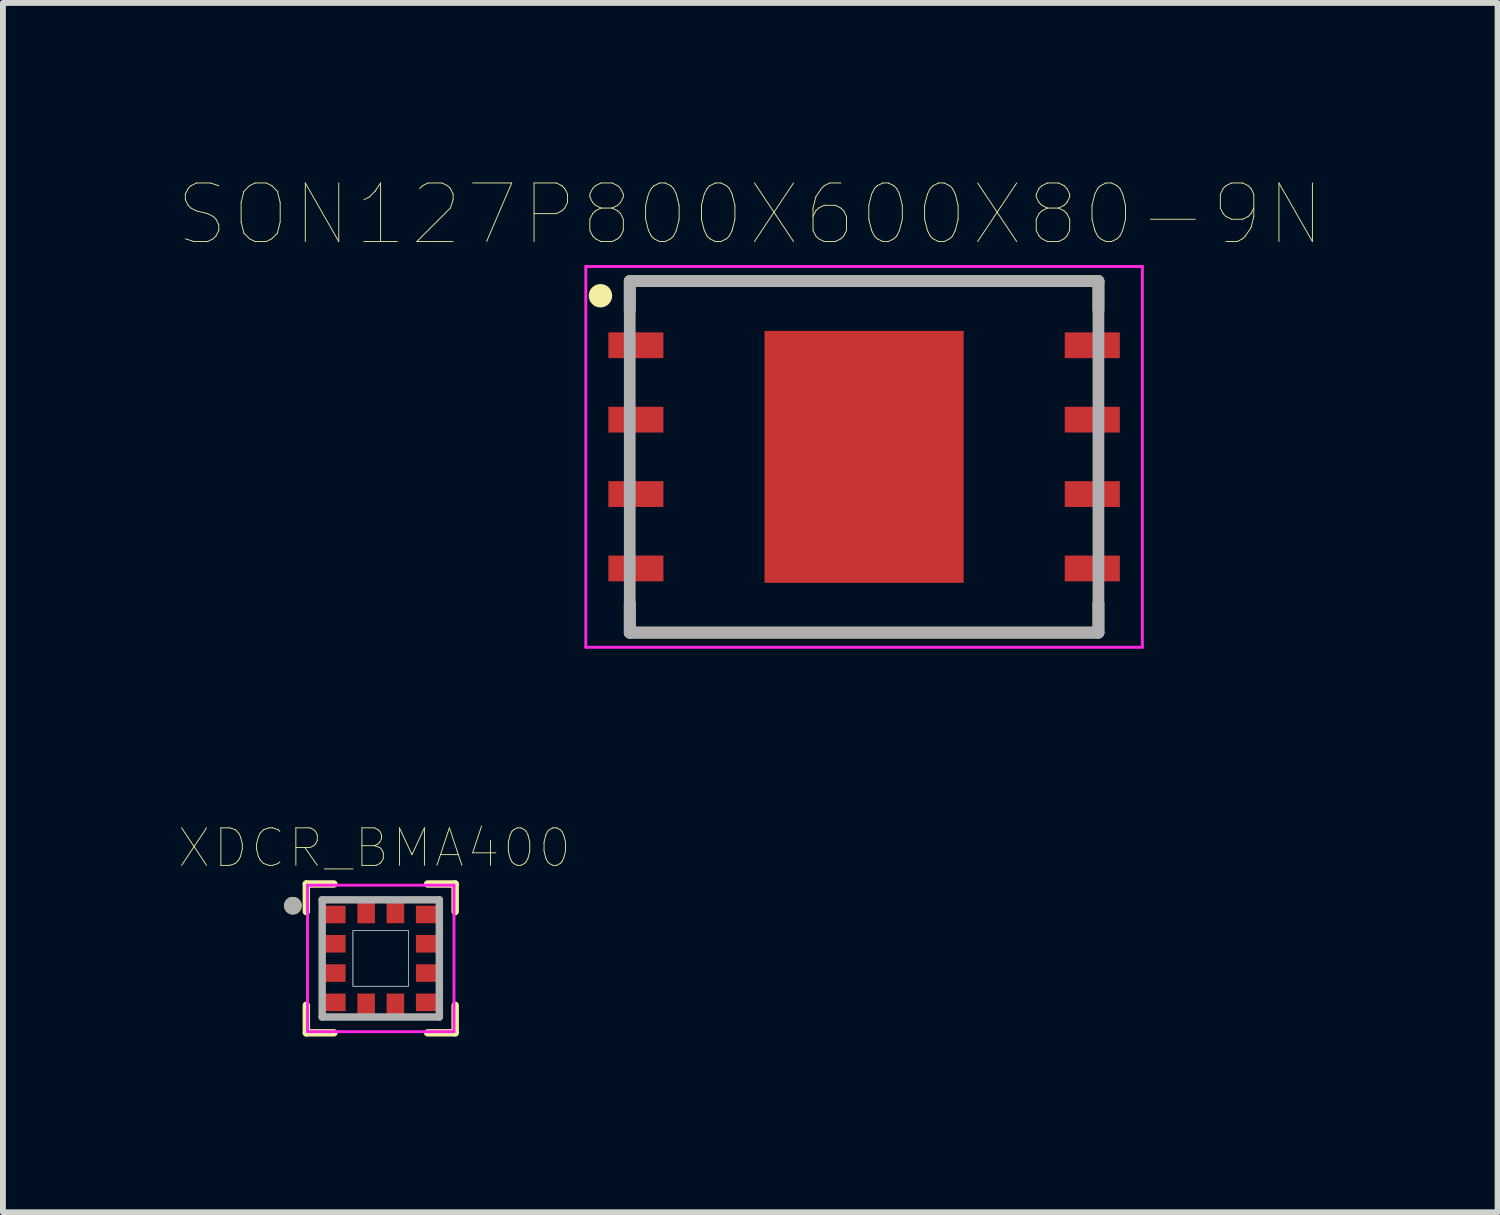
<source format=kicad_pcb>
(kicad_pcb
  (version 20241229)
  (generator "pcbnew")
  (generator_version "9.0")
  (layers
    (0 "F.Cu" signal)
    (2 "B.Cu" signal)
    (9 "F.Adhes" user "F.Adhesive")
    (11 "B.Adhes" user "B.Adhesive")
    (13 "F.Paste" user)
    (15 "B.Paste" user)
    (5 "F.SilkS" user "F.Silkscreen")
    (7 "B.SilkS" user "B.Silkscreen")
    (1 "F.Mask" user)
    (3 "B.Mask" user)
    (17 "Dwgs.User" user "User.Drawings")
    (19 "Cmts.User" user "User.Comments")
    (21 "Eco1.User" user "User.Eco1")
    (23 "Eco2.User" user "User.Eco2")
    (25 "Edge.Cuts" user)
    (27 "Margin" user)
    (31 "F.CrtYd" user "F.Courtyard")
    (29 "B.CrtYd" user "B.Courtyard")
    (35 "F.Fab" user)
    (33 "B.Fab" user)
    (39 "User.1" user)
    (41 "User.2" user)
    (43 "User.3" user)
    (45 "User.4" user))
  (footprint "SON127P800X600X80-9N"
    (layer "F.Cu")
    (at 11.699 4.748)
    (property "Reference" "SON127P800X600X80-9N" (at -1.943 -4.137 0) (layer "F.SilkS") (effects (font (size 1 1) (thickness 0.015))))
    (attr through_hole)
    (fp_line (start -4 -3) (end 4 -3) (stroke (width 0.2) (type solid)) (layer "F.SilkS"))
    (fp_line (start -4 -2.5) (end -4 -3) (stroke (width 0.2) (type solid)) (layer "F.SilkS"))
    (fp_line (start -4 2.5) (end -4 3) (stroke (width 0.2) (type solid)) (layer "F.SilkS"))
    (fp_line (start -4 3) (end 4 3) (stroke (width 0.2) (type solid)) (layer "F.SilkS"))
    (fp_line (start 4 -3) (end 4 -2.5) (stroke (width 0.2) (type solid)) (layer "F.SilkS"))
    (fp_line (start 4 3) (end 4 2.5) (stroke (width 0.2) (type solid)) (layer "F.SilkS"))
    (fp_circle (center -4.5 -2.75) (end -4.4 -2.75) (stroke (width 0.2) (type solid)) (fill no) (layer "F.SilkS"))
    (fp_poly (pts (xy -1.56 -1.56) (xy 0.04 -1.56) (xy 0.04 -0.41) (xy -1.56 -0.41)) (stroke (width 0.01) (type solid)) (fill yes) (layer "F.Paste"))
    (fp_poly (pts (xy -1.56 0.41) (xy 0.04 0.41) (xy 0.04 1.56) (xy -1.56 1.56)) (stroke (width 0.01) (type solid)) (fill yes) (layer "F.Paste"))
    (fp_poly (pts (xy -0.04 -1.56) (xy 1.56 -1.56) (xy 1.56 -0.41) (xy -0.04 -0.41)) (stroke (width 0.01) (type solid)) (fill yes) (layer "F.Paste"))
    (fp_poly (pts (xy -0.04 0.41) (xy 1.56 0.41) (xy 1.56 1.56) (xy -0.04 1.56)) (stroke (width 0.01) (type solid)) (fill yes) (layer "F.Paste"))
    (fp_line (start -4.75 -3.25) (end 4.75 -3.25) (stroke (width 0.05) (type solid)) (layer "F.CrtYd"))
    (fp_line (start -4.75 3.25) (end -4.75 -3.25) (stroke (width 0.05) (type solid)) (layer "F.CrtYd"))
    (fp_line (start 4.75 -3.25) (end 4.75 3.25) (stroke (width 0.05) (type solid)) (layer "F.CrtYd"))
    (fp_line (start 4.75 3.25) (end -4.75 3.25) (stroke (width 0.05) (type solid)) (layer "F.CrtYd"))
    (fp_line (start -4 -3) (end 4 -3) (stroke (width 0.2) (type solid)) (layer "F.Fab"))
    (fp_line (start -4 3) (end -4 -3) (stroke (width 0.2) (type solid)) (layer "F.Fab"))
    (fp_line (start 4 -3) (end 4 3) (stroke (width 0.2) (type solid)) (layer "F.Fab"))
    (fp_line (start 4 3) (end -4 3) (stroke (width 0.2) (type solid)) (layer "F.Fab"))
    (pad "1" smd rect (at -3.895 -1.905) (size 0.94 0.44) (layers "F.Cu" "F.Mask" "F.Paste"))
    (pad "2" smd rect (at -3.895 -0.635) (size 0.94 0.44) (layers "F.Cu" "F.Mask" "F.Paste"))
    (pad "3" smd rect (at -3.895 0.635) (size 0.94 0.44) (layers "F.Cu" "F.Mask" "F.Paste"))
    (pad "4" smd rect (at -3.895 1.905) (size 0.94 0.44) (layers "F.Cu" "F.Mask" "F.Paste"))
    (pad "5" smd rect (at 3.895 1.905) (size 0.94 0.44) (layers "F.Cu" "F.Mask" "F.Paste"))
    (pad "6" smd rect (at 3.895 0.635) (size 0.94 0.44) (layers "F.Cu" "F.Mask" "F.Paste"))
    (pad "7" smd rect (at 3.895 -0.635) (size 0.94 0.44) (layers "F.Cu" "F.Mask" "F.Paste"))
    (pad "8" smd rect (at 3.895 -1.905) (size 0.94 0.44) (layers "F.Cu" "F.Mask" "F.Paste"))
    (pad "9" smd rect (at 0 0) (size 3.4 4.3) (layers "F.Cu" "F.Mask")))
  (footprint "XDCR_BMA400"
    (layer "F.Cu")
    (at 3.449 13.309)
    (property "Reference" "XDCR_BMA400" (at -0.108 -1.884 0) (layer "F.SilkS") (effects (font (size 0.64 0.64) (thickness 0.015))))
    (attr through_hole)
    (fp_poly (pts (xy -1 -0.95) (xy -0.55 -0.95) (xy -0.55 -0.55) (xy -1 -0.55)) (stroke (width 0.01) (type solid)) (fill yes) (layer "F.Mask"))
    (fp_poly (pts (xy -1 -0.45) (xy -0.55 -0.45) (xy -0.55 -0.05) (xy -1 -0.05)) (stroke (width 0.01) (type solid)) (fill yes) (layer "F.Mask"))
    (fp_poly (pts (xy -1 0.05) (xy -0.55 0.05) (xy -0.55 0.45) (xy -1 0.45)) (stroke (width 0.01) (type solid)) (fill yes) (layer "F.Mask"))
    (fp_poly (pts (xy -1 0.55) (xy -0.55 0.55) (xy -0.55 0.95) (xy -1 0.95)) (stroke (width 0.01) (type solid)) (fill yes) (layer "F.Mask"))
    (fp_poly (pts (xy -0.45 -1) (xy -0.05 -1) (xy -0.05 -0.55) (xy -0.45 -0.55)) (stroke (width 0.01) (type solid)) (fill yes) (layer "F.Mask"))
    (fp_poly (pts (xy -0.45 0.55) (xy -0.05 0.55) (xy -0.05 1) (xy -0.45 1)) (stroke (width 0.01) (type solid)) (fill yes) (layer "F.Mask"))
    (fp_poly (pts (xy 0.05 -1) (xy 0.45 -1) (xy 0.45 -0.55) (xy 0.05 -0.55)) (stroke (width 0.01) (type solid)) (fill yes) (layer "F.Mask"))
    (fp_poly (pts (xy 0.05 0.55) (xy 0.45 0.55) (xy 0.45 1) (xy 0.05 1)) (stroke (width 0.01) (type solid)) (fill yes) (layer "F.Mask"))
    (fp_poly (pts (xy 0.55 -0.95) (xy 1 -0.95) (xy 1 -0.55) (xy 0.55 -0.55)) (stroke (width 0.01) (type solid)) (fill yes) (layer "F.Mask"))
    (fp_poly (pts (xy 0.55 -0.45) (xy 1 -0.45) (xy 1 -0.05) (xy 0.55 -0.05)) (stroke (width 0.01) (type solid)) (fill yes) (layer "F.Mask"))
    (fp_poly (pts (xy 0.55 0.05) (xy 1 0.05) (xy 1 0.45) (xy 0.55 0.45)) (stroke (width 0.01) (type solid)) (fill yes) (layer "F.Mask"))
    (fp_poly (pts (xy 0.55 0.55) (xy 1 0.55) (xy 1 0.95) (xy 0.55 0.95)) (stroke (width 0.01) (type solid)) (fill yes) (layer "F.Mask"))
    (fp_line (start -1.27 -1.27) (end -1.27 -0.8) (stroke (width 0.127) (type solid)) (layer "F.SilkS"))
    (fp_line (start -1.27 -1.27) (end -0.8 -1.27) (stroke (width 0.127) (type solid)) (layer "F.SilkS"))
    (fp_line (start -1.27 1.27) (end -1.27 0.8) (stroke (width 0.127) (type solid)) (layer "F.SilkS"))
    (fp_line (start -1.27 1.27) (end -0.8 1.27) (stroke (width 0.127) (type solid)) (layer "F.SilkS"))
    (fp_line (start 1.27 -1.27) (end 0.8 -1.27) (stroke (width 0.127) (type solid)) (layer "F.SilkS"))
    (fp_line (start 1.27 -1.27) (end 1.27 -0.8) (stroke (width 0.127) (type solid)) (layer "F.SilkS"))
    (fp_line (start 1.27 1.27) (end 0.8 1.27) (stroke (width 0.127) (type solid)) (layer "F.SilkS"))
    (fp_line (start 1.27 1.27) (end 1.27 0.8) (stroke (width 0.127) (type solid)) (layer "F.SilkS"))
    (fp_circle (center -1.5 -0.9) (end -1.425 -0.9) (stroke (width 0.15) (type solid)) (fill no) (layer "F.SilkS"))
    (fp_poly (pts (xy -0.925 -0.875) (xy -0.625 -0.875) (xy -0.625 -0.625) (xy -0.925 -0.625)) (stroke (width 0.01) (type solid)) (fill yes) (layer "F.Paste"))
    (fp_poly (pts (xy -0.925 -0.375) (xy -0.625 -0.375) (xy -0.625 -0.125) (xy -0.925 -0.125)) (stroke (width 0.01) (type solid)) (fill yes) (layer "F.Paste"))
    (fp_poly (pts (xy -0.925 0.125) (xy -0.625 0.125) (xy -0.625 0.375) (xy -0.925 0.375)) (stroke (width 0.01) (type solid)) (fill yes) (layer "F.Paste"))
    (fp_poly (pts (xy -0.925 0.625) (xy -0.625 0.625) (xy -0.625 0.875) (xy -0.925 0.875)) (stroke (width 0.01) (type solid)) (fill yes) (layer "F.Paste"))
    (fp_poly (pts (xy -0.375 -0.925) (xy -0.125 -0.925) (xy -0.125 -0.625) (xy -0.375 -0.625)) (stroke (width 0.01) (type solid)) (fill yes) (layer "F.Paste"))
    (fp_poly (pts (xy -0.375 0.625) (xy -0.125 0.625) (xy -0.125 0.925) (xy -0.375 0.925)) (stroke (width 0.01) (type solid)) (fill yes) (layer "F.Paste"))
    (fp_poly (pts (xy 0.125 -0.925) (xy 0.375 -0.925) (xy 0.375 -0.625) (xy 0.125 -0.625)) (stroke (width 0.01) (type solid)) (fill yes) (layer "F.Paste"))
    (fp_poly (pts (xy 0.125 0.625) (xy 0.375 0.625) (xy 0.375 0.925) (xy 0.125 0.925)) (stroke (width 0.01) (type solid)) (fill yes) (layer "F.Paste"))
    (fp_poly (pts (xy 0.625 -0.875) (xy 0.925 -0.875) (xy 0.925 -0.625) (xy 0.625 -0.625)) (stroke (width 0.01) (type solid)) (fill yes) (layer "F.Paste"))
    (fp_poly (pts (xy 0.625 -0.375) (xy 0.925 -0.375) (xy 0.925 -0.125) (xy 0.625 -0.125)) (stroke (width 0.01) (type solid)) (fill yes) (layer "F.Paste"))
    (fp_poly (pts (xy 0.625 0.125) (xy 0.925 0.125) (xy 0.925 0.375) (xy 0.625 0.375)) (stroke (width 0.01) (type solid)) (fill yes) (layer "F.Paste"))
    (fp_poly (pts (xy 0.625 0.625) (xy 0.925 0.625) (xy 0.925 0.875) (xy 0.625 0.875)) (stroke (width 0.01) (type solid)) (fill yes) (layer "F.Paste"))
    (fp_poly (pts (xy -0.475 -0.475) (xy 0.475 -0.475) (xy 0.475 0.475) (xy -0.475 0.475)) (stroke (width 0.01) (type solid)) (fill no) (layer "Dwgs.User"))
    (fp_poly (pts (xy -0.475 -0.475) (xy 0.475 -0.475) (xy 0.475 0.475) (xy -0.475 0.475)) (stroke (width 0.01) (type solid)) (fill no) (layer "Dwgs.User"))
    (fp_line (start -1.25 -1.25) (end 1.25 -1.25) (stroke (width 0.05) (type solid)) (layer "F.CrtYd"))
    (fp_line (start -1.25 1.25) (end -1.25 -1.25) (stroke (width 0.05) (type solid)) (layer "F.CrtYd"))
    (fp_line (start 1.25 -1.25) (end 1.25 1.25) (stroke (width 0.05) (type solid)) (layer "F.CrtYd"))
    (fp_line (start 1.25 1.25) (end -1.25 1.25) (stroke (width 0.05) (type solid)) (layer "F.CrtYd"))
    (fp_line (start -1 -1) (end 1 -1) (stroke (width 0.127) (type solid)) (layer "F.Fab"))
    (fp_line (start -1 1) (end -1 -1) (stroke (width 0.127) (type solid)) (layer "F.Fab"))
    (fp_line (start 1 -1) (end 1 1) (stroke (width 0.127) (type solid)) (layer "F.Fab"))
    (fp_line (start 1 1) (end -1 1) (stroke (width 0.127) (type solid)) (layer "F.Fab"))
    (fp_circle (center -1.5 -0.9) (end -1.425 -0.9) (stroke (width 0.15) (type solid)) (fill no) (layer "F.Fab"))
    (pad "1" smd rect (at -0.775 -0.75) (size 0.35 0.3) (layers "F.Cu"))
    (pad "2" smd rect (at -0.775 -0.25) (size 0.35 0.3) (layers "F.Cu"))
    (pad "3" smd rect (at -0.775 0.25) (size 0.35 0.3) (layers "F.Cu"))
    (pad "4" smd rect (at -0.775 0.75) (size 0.35 0.3) (layers "F.Cu"))
    (pad "5" smd rect (at -0.25 0.775) (size 0.3 0.35) (layers "F.Cu"))
    (pad "6" smd rect (at 0.25 0.775) (size 0.3 0.35) (layers "F.Cu"))
    (pad "7" smd rect (at 0.775 0.75) (size 0.35 0.3) (layers "F.Cu"))
    (pad "8" smd rect (at 0.775 0.25) (size 0.35 0.3) (layers "F.Cu"))
    (pad "9" smd rect (at 0.775 -0.25) (size 0.35 0.3) (layers "F.Cu"))
    (pad "10" smd rect (at 0.775 -0.75) (size 0.35 0.3) (layers "F.Cu"))
    (pad "11" smd rect (at 0.25 -0.775) (size 0.3 0.35) (layers "F.Cu"))
    (pad "12" smd rect (at -0.25 -0.775) (size 0.3 0.35) (layers "F.Cu")))
  (gr_rect
    (start -3 -3)
    (end 22.512 17.642)
    (stroke (width 0.1) (type default))
    (fill no)
    (layer "Edge.Cuts")))
</source>
